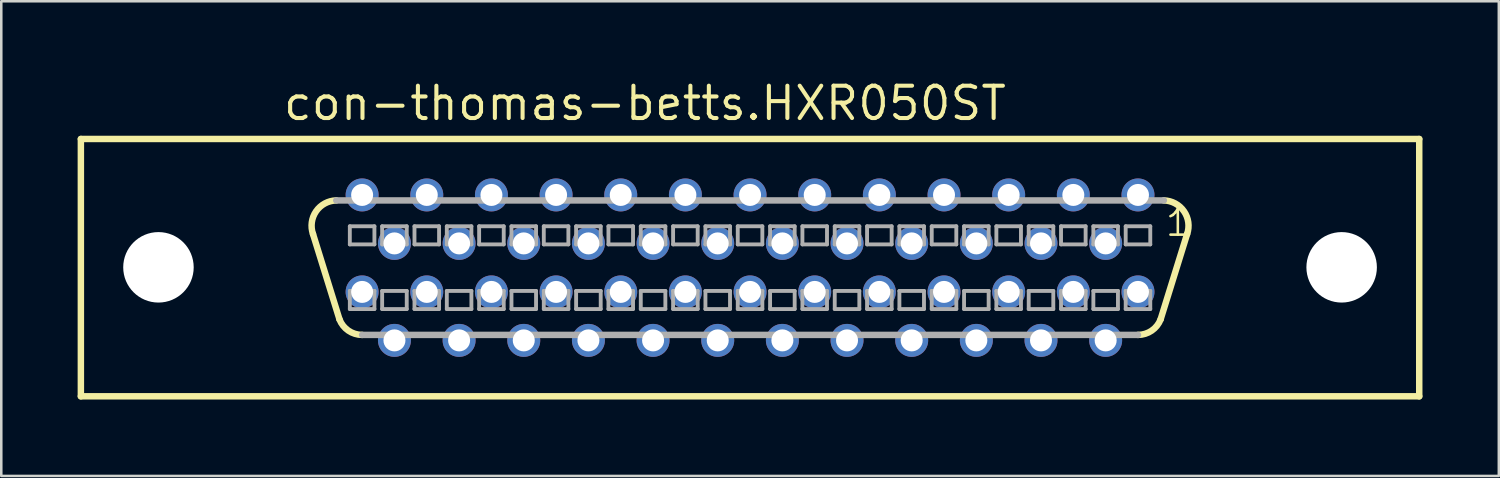
<source format=kicad_pcb>
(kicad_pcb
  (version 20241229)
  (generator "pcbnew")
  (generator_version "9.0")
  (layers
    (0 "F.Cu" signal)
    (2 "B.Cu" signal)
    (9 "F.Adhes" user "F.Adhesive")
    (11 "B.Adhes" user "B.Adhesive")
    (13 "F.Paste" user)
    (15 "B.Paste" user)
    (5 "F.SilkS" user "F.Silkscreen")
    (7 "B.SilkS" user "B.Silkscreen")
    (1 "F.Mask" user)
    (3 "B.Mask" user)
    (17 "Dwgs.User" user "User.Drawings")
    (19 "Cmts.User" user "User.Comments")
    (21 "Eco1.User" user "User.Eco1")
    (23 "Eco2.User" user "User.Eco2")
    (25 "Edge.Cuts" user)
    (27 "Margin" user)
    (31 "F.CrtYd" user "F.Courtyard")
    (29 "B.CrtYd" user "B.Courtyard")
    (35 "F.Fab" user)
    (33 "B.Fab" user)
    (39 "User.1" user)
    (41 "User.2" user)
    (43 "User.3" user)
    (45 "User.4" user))
  (footprint "con-thomas-betts.HXR050ST"
    (layer "F.Cu")
    (at 26.416 7.465)
    (property "Reference" "con-thomas-betts.HXR050ST" (at -18.415 -5.715 0) (layer "F.SilkS") (effects (font (size 1.27 1.27) (thickness 0.16)) (justify left bottom)))
    (attr through_hole)
    (fp_line (start -26.289 -5.055) (end 26.289 -5.055) (stroke (width 0.254) (type default)) (layer "F.SilkS"))
    (fp_line (start -26.289 5.055) (end -26.289 -5.055) (stroke (width 0.254) (type default)) (layer "F.SilkS"))
    (fp_line (start -16.129 2.032) (end -17.17 -1.321) (stroke (width 0.254) (type default)) (layer "F.SilkS"))
    (fp_line (start 16.129 2.032) (end 17.17 -1.321) (stroke (width 0.254) (type default)) (layer "F.SilkS"))
    (fp_line (start 26.289 -5.055) (end 26.289 5.055) (stroke (width 0.254) (type default)) (layer "F.SilkS"))
    (fp_line (start 26.289 5.055) (end -26.289 5.055) (stroke (width 0.254) (type default)) (layer "F.SilkS"))
    (fp_arc (start -17.1704 -1.3208) (mid -17.048543 -2.213361) (end -16.256 -2.6416) (stroke (width 0.254) (type default)) (layer "F.SilkS"))
    (fp_arc (start -15.24 2.6416) (mid -15.779029 2.474654) (end -16.129 2.032) (stroke (width 0.254) (type default)) (layer "F.SilkS"))
    (fp_arc (start 16.129 2.032) (mid 15.779029 2.474654) (end 15.24 2.6416) (stroke (width 0.254) (type default)) (layer "F.SilkS"))
    (fp_arc (start 16.256 -2.6416) (mid 17.048543 -2.213361) (end 17.1704 -1.3208) (stroke (width 0.254) (type default)) (layer "F.SilkS"))
    (fp_line (start -15.723 -1.626) (end -15.723 -0.914) (stroke (width 0.152) (type default)) (layer "F.Fab"))
    (fp_line (start -15.723 -0.914) (end -14.757 -0.914) (stroke (width 0.152) (type default)) (layer "F.Fab"))
    (fp_line (start -15.723 0.914) (end -15.723 1.626) (stroke (width 0.152) (type default)) (layer "F.Fab"))
    (fp_line (start -15.723 1.626) (end -14.757 1.626) (stroke (width 0.152) (type default)) (layer "F.Fab"))
    (fp_line (start -14.757 -1.626) (end -15.723 -1.626) (stroke (width 0.152) (type default)) (layer "F.Fab"))
    (fp_line (start -14.757 -0.914) (end -14.757 -1.626) (stroke (width 0.152) (type default)) (layer "F.Fab"))
    (fp_line (start -14.757 0.914) (end -15.723 0.914) (stroke (width 0.152) (type default)) (layer "F.Fab"))
    (fp_line (start -14.757 1.626) (end -14.757 0.914) (stroke (width 0.152) (type default)) (layer "F.Fab"))
    (fp_line (start -14.453 -1.626) (end -14.453 -0.914) (stroke (width 0.152) (type default)) (layer "F.Fab"))
    (fp_line (start -14.453 -0.914) (end -13.487 -0.914) (stroke (width 0.152) (type default)) (layer "F.Fab"))
    (fp_line (start -14.453 0.914) (end -14.453 1.626) (stroke (width 0.152) (type default)) (layer "F.Fab"))
    (fp_line (start -14.453 1.626) (end -13.487 1.626) (stroke (width 0.152) (type default)) (layer "F.Fab"))
    (fp_line (start -13.487 -1.626) (end -14.453 -1.626) (stroke (width 0.152) (type default)) (layer "F.Fab"))
    (fp_line (start -13.487 -0.914) (end -13.487 -1.626) (stroke (width 0.152) (type default)) (layer "F.Fab"))
    (fp_line (start -13.487 0.914) (end -14.453 0.914) (stroke (width 0.152) (type default)) (layer "F.Fab"))
    (fp_line (start -13.487 1.626) (end -13.487 0.914) (stroke (width 0.152) (type default)) (layer "F.Fab"))
    (fp_line (start -13.183 -1.626) (end -13.183 -0.914) (stroke (width 0.152) (type default)) (layer "F.Fab"))
    (fp_line (start -13.183 -0.914) (end -12.217 -0.914) (stroke (width 0.152) (type default)) (layer "F.Fab"))
    (fp_line (start -13.183 0.914) (end -13.183 1.626) (stroke (width 0.152) (type default)) (layer "F.Fab"))
    (fp_line (start -13.183 1.626) (end -12.217 1.626) (stroke (width 0.152) (type default)) (layer "F.Fab"))
    (fp_line (start -12.217 -1.626) (end -13.183 -1.626) (stroke (width 0.152) (type default)) (layer "F.Fab"))
    (fp_line (start -12.217 -0.914) (end -12.217 -1.626) (stroke (width 0.152) (type default)) (layer "F.Fab"))
    (fp_line (start -12.217 0.914) (end -13.183 0.914) (stroke (width 0.152) (type default)) (layer "F.Fab"))
    (fp_line (start -12.217 1.626) (end -12.217 0.914) (stroke (width 0.152) (type default)) (layer "F.Fab"))
    (fp_line (start -11.913 -1.626) (end -11.913 -0.914) (stroke (width 0.152) (type default)) (layer "F.Fab"))
    (fp_line (start -11.913 -0.914) (end -10.947 -0.914) (stroke (width 0.152) (type default)) (layer "F.Fab"))
    (fp_line (start -11.913 0.914) (end -11.913 1.626) (stroke (width 0.152) (type default)) (layer "F.Fab"))
    (fp_line (start -11.913 1.626) (end -10.947 1.626) (stroke (width 0.152) (type default)) (layer "F.Fab"))
    (fp_line (start -10.947 -1.626) (end -11.913 -1.626) (stroke (width 0.152) (type default)) (layer "F.Fab"))
    (fp_line (start -10.947 -0.914) (end -10.947 -1.626) (stroke (width 0.152) (type default)) (layer "F.Fab"))
    (fp_line (start -10.947 0.914) (end -11.913 0.914) (stroke (width 0.152) (type default)) (layer "F.Fab"))
    (fp_line (start -10.947 1.626) (end -10.947 0.914) (stroke (width 0.152) (type default)) (layer "F.Fab"))
    (fp_line (start -10.643 -1.626) (end -10.643 -0.914) (stroke (width 0.152) (type default)) (layer "F.Fab"))
    (fp_line (start -10.643 -0.914) (end -9.677 -0.914) (stroke (width 0.152) (type default)) (layer "F.Fab"))
    (fp_line (start -10.643 0.914) (end -10.643 1.626) (stroke (width 0.152) (type default)) (layer "F.Fab"))
    (fp_line (start -10.643 1.626) (end -9.677 1.626) (stroke (width 0.152) (type default)) (layer "F.Fab"))
    (fp_line (start -9.677 -1.626) (end -10.643 -1.626) (stroke (width 0.152) (type default)) (layer "F.Fab"))
    (fp_line (start -9.677 -0.914) (end -9.677 -1.626) (stroke (width 0.152) (type default)) (layer "F.Fab"))
    (fp_line (start -9.677 0.914) (end -10.643 0.914) (stroke (width 0.152) (type default)) (layer "F.Fab"))
    (fp_line (start -9.677 1.626) (end -9.677 0.914) (stroke (width 0.152) (type default)) (layer "F.Fab"))
    (fp_line (start -9.373 -1.626) (end -9.373 -0.914) (stroke (width 0.152) (type default)) (layer "F.Fab"))
    (fp_line (start -9.373 -0.914) (end -8.407 -0.914) (stroke (width 0.152) (type default)) (layer "F.Fab"))
    (fp_line (start -9.373 0.914) (end -9.373 1.626) (stroke (width 0.152) (type default)) (layer "F.Fab"))
    (fp_line (start -9.373 1.626) (end -8.407 1.626) (stroke (width 0.152) (type default)) (layer "F.Fab"))
    (fp_line (start -8.407 -1.626) (end -9.373 -1.626) (stroke (width 0.152) (type default)) (layer "F.Fab"))
    (fp_line (start -8.407 -0.914) (end -8.407 -1.626) (stroke (width 0.152) (type default)) (layer "F.Fab"))
    (fp_line (start -8.407 0.914) (end -9.373 0.914) (stroke (width 0.152) (type default)) (layer "F.Fab"))
    (fp_line (start -8.407 1.626) (end -8.407 0.914) (stroke (width 0.152) (type default)) (layer "F.Fab"))
    (fp_line (start -8.103 -1.626) (end -8.103 -0.914) (stroke (width 0.152) (type default)) (layer "F.Fab"))
    (fp_line (start -8.103 -0.914) (end -7.137 -0.914) (stroke (width 0.152) (type default)) (layer "F.Fab"))
    (fp_line (start -8.103 0.914) (end -8.103 1.626) (stroke (width 0.152) (type default)) (layer "F.Fab"))
    (fp_line (start -8.103 1.626) (end -7.137 1.626) (stroke (width 0.152) (type default)) (layer "F.Fab"))
    (fp_line (start -7.137 -1.626) (end -8.103 -1.626) (stroke (width 0.152) (type default)) (layer "F.Fab"))
    (fp_line (start -7.137 -0.914) (end -7.137 -1.626) (stroke (width 0.152) (type default)) (layer "F.Fab"))
    (fp_line (start -7.137 0.914) (end -8.103 0.914) (stroke (width 0.152) (type default)) (layer "F.Fab"))
    (fp_line (start -7.137 1.626) (end -7.137 0.914) (stroke (width 0.152) (type default)) (layer "F.Fab"))
    (fp_line (start -6.833 -1.626) (end -6.833 -0.914) (stroke (width 0.152) (type default)) (layer "F.Fab"))
    (fp_line (start -6.833 -0.914) (end -5.867 -0.914) (stroke (width 0.152) (type default)) (layer "F.Fab"))
    (fp_line (start -6.833 0.914) (end -6.833 1.626) (stroke (width 0.152) (type default)) (layer "F.Fab"))
    (fp_line (start -6.833 1.626) (end -5.867 1.626) (stroke (width 0.152) (type default)) (layer "F.Fab"))
    (fp_line (start -5.867 -1.626) (end -6.833 -1.626) (stroke (width 0.152) (type default)) (layer "F.Fab"))
    (fp_line (start -5.867 -0.914) (end -5.867 -1.626) (stroke (width 0.152) (type default)) (layer "F.Fab"))
    (fp_line (start -5.867 0.914) (end -6.833 0.914) (stroke (width 0.152) (type default)) (layer "F.Fab"))
    (fp_line (start -5.867 1.626) (end -5.867 0.914) (stroke (width 0.152) (type default)) (layer "F.Fab"))
    (fp_line (start -5.563 -1.626) (end -5.563 -0.914) (stroke (width 0.152) (type default)) (layer "F.Fab"))
    (fp_line (start -5.563 -0.914) (end -4.597 -0.914) (stroke (width 0.152) (type default)) (layer "F.Fab"))
    (fp_line (start -5.563 0.914) (end -5.563 1.626) (stroke (width 0.152) (type default)) (layer "F.Fab"))
    (fp_line (start -5.563 1.626) (end -4.597 1.626) (stroke (width 0.152) (type default)) (layer "F.Fab"))
    (fp_line (start -4.597 -1.626) (end -5.563 -1.626) (stroke (width 0.152) (type default)) (layer "F.Fab"))
    (fp_line (start -4.597 -0.914) (end -4.597 -1.626) (stroke (width 0.152) (type default)) (layer "F.Fab"))
    (fp_line (start -4.597 0.914) (end -5.563 0.914) (stroke (width 0.152) (type default)) (layer "F.Fab"))
    (fp_line (start -4.597 1.626) (end -4.597 0.914) (stroke (width 0.152) (type default)) (layer "F.Fab"))
    (fp_line (start -4.293 -1.626) (end -4.293 -0.914) (stroke (width 0.152) (type default)) (layer "F.Fab"))
    (fp_line (start -4.293 -0.914) (end -3.327 -0.914) (stroke (width 0.152) (type default)) (layer "F.Fab"))
    (fp_line (start -4.293 0.914) (end -4.293 1.626) (stroke (width 0.152) (type default)) (layer "F.Fab"))
    (fp_line (start -4.293 1.626) (end -3.327 1.626) (stroke (width 0.152) (type default)) (layer "F.Fab"))
    (fp_line (start -3.327 -1.626) (end -4.293 -1.626) (stroke (width 0.152) (type default)) (layer "F.Fab"))
    (fp_line (start -3.327 -0.914) (end -3.327 -1.626) (stroke (width 0.152) (type default)) (layer "F.Fab"))
    (fp_line (start -3.327 0.914) (end -4.293 0.914) (stroke (width 0.152) (type default)) (layer "F.Fab"))
    (fp_line (start -3.327 1.626) (end -3.327 0.914) (stroke (width 0.152) (type default)) (layer "F.Fab"))
    (fp_line (start -3.023 -1.626) (end -3.023 -0.914) (stroke (width 0.152) (type default)) (layer "F.Fab"))
    (fp_line (start -3.023 -0.914) (end -2.057 -0.914) (stroke (width 0.152) (type default)) (layer "F.Fab"))
    (fp_line (start -3.023 0.914) (end -3.023 1.626) (stroke (width 0.152) (type default)) (layer "F.Fab"))
    (fp_line (start -3.023 1.626) (end -2.057 1.626) (stroke (width 0.152) (type default)) (layer "F.Fab"))
    (fp_line (start -2.057 -1.626) (end -3.023 -1.626) (stroke (width 0.152) (type default)) (layer "F.Fab"))
    (fp_line (start -2.057 -0.914) (end -2.057 -1.626) (stroke (width 0.152) (type default)) (layer "F.Fab"))
    (fp_line (start -2.057 0.914) (end -3.023 0.914) (stroke (width 0.152) (type default)) (layer "F.Fab"))
    (fp_line (start -2.057 1.626) (end -2.057 0.914) (stroke (width 0.152) (type default)) (layer "F.Fab"))
    (fp_line (start -1.753 -1.626) (end -1.753 -0.914) (stroke (width 0.152) (type default)) (layer "F.Fab"))
    (fp_line (start -1.753 -0.914) (end -0.787 -0.914) (stroke (width 0.152) (type default)) (layer "F.Fab"))
    (fp_line (start -1.753 0.914) (end -1.753 1.626) (stroke (width 0.152) (type default)) (layer "F.Fab"))
    (fp_line (start -1.753 1.626) (end -0.787 1.626) (stroke (width 0.152) (type default)) (layer "F.Fab"))
    (fp_line (start -0.787 -1.626) (end -1.753 -1.626) (stroke (width 0.152) (type default)) (layer "F.Fab"))
    (fp_line (start -0.787 -0.914) (end -0.787 -1.626) (stroke (width 0.152) (type default)) (layer "F.Fab"))
    (fp_line (start -0.787 0.914) (end -1.753 0.914) (stroke (width 0.152) (type default)) (layer "F.Fab"))
    (fp_line (start -0.787 1.626) (end -0.787 0.914) (stroke (width 0.152) (type default)) (layer "F.Fab"))
    (fp_line (start -0.483 -1.626) (end -0.483 -0.914) (stroke (width 0.152) (type default)) (layer "F.Fab"))
    (fp_line (start -0.483 -0.914) (end 0.483 -0.914) (stroke (width 0.152) (type default)) (layer "F.Fab"))
    (fp_line (start -0.483 0.914) (end -0.483 1.626) (stroke (width 0.152) (type default)) (layer "F.Fab"))
    (fp_line (start -0.483 1.626) (end 0.483 1.626) (stroke (width 0.152) (type default)) (layer "F.Fab"))
    (fp_line (start 0.483 -1.626) (end -0.483 -1.626) (stroke (width 0.152) (type default)) (layer "F.Fab"))
    (fp_line (start 0.483 -0.914) (end 0.483 -1.626) (stroke (width 0.152) (type default)) (layer "F.Fab"))
    (fp_line (start 0.483 0.914) (end -0.483 0.914) (stroke (width 0.152) (type default)) (layer "F.Fab"))
    (fp_line (start 0.483 1.626) (end 0.483 0.914) (stroke (width 0.152) (type default)) (layer "F.Fab"))
    (fp_line (start 0.787 -1.626) (end 0.787 -0.914) (stroke (width 0.152) (type default)) (layer "F.Fab"))
    (fp_line (start 0.787 -0.914) (end 1.753 -0.914) (stroke (width 0.152) (type default)) (layer "F.Fab"))
    (fp_line (start 0.787 0.914) (end 0.787 1.626) (stroke (width 0.152) (type default)) (layer "F.Fab"))
    (fp_line (start 0.787 1.626) (end 1.753 1.626) (stroke (width 0.152) (type default)) (layer "F.Fab"))
    (fp_line (start 1.753 -1.626) (end 0.787 -1.626) (stroke (width 0.152) (type default)) (layer "F.Fab"))
    (fp_line (start 1.753 -0.914) (end 1.753 -1.626) (stroke (width 0.152) (type default)) (layer "F.Fab"))
    (fp_line (start 1.753 0.914) (end 0.787 0.914) (stroke (width 0.152) (type default)) (layer "F.Fab"))
    (fp_line (start 1.753 1.626) (end 1.753 0.914) (stroke (width 0.152) (type default)) (layer "F.Fab"))
    (fp_line (start 2.057 -1.626) (end 2.057 -0.914) (stroke (width 0.152) (type default)) (layer "F.Fab"))
    (fp_line (start 2.057 -0.914) (end 3.023 -0.914) (stroke (width 0.152) (type default)) (layer "F.Fab"))
    (fp_line (start 2.057 0.914) (end 2.057 1.626) (stroke (width 0.152) (type default)) (layer "F.Fab"))
    (fp_line (start 2.057 1.626) (end 3.023 1.626) (stroke (width 0.152) (type default)) (layer "F.Fab"))
    (fp_line (start 3.023 -1.626) (end 2.057 -1.626) (stroke (width 0.152) (type default)) (layer "F.Fab"))
    (fp_line (start 3.023 -0.914) (end 3.023 -1.626) (stroke (width 0.152) (type default)) (layer "F.Fab"))
    (fp_line (start 3.023 0.914) (end 2.057 0.914) (stroke (width 0.152) (type default)) (layer "F.Fab"))
    (fp_line (start 3.023 1.626) (end 3.023 0.914) (stroke (width 0.152) (type default)) (layer "F.Fab"))
    (fp_line (start 3.327 -1.626) (end 3.327 -0.914) (stroke (width 0.152) (type default)) (layer "F.Fab"))
    (fp_line (start 3.327 -0.914) (end 4.293 -0.914) (stroke (width 0.152) (type default)) (layer "F.Fab"))
    (fp_line (start 3.327 0.914) (end 3.327 1.626) (stroke (width 0.152) (type default)) (layer "F.Fab"))
    (fp_line (start 3.327 1.626) (end 4.293 1.626) (stroke (width 0.152) (type default)) (layer "F.Fab"))
    (fp_line (start 4.293 -1.626) (end 3.327 -1.626) (stroke (width 0.152) (type default)) (layer "F.Fab"))
    (fp_line (start 4.293 -0.914) (end 4.293 -1.626) (stroke (width 0.152) (type default)) (layer "F.Fab"))
    (fp_line (start 4.293 0.914) (end 3.327 0.914) (stroke (width 0.152) (type default)) (layer "F.Fab"))
    (fp_line (start 4.293 1.626) (end 4.293 0.914) (stroke (width 0.152) (type default)) (layer "F.Fab"))
    (fp_line (start 4.597 -1.626) (end 4.597 -0.914) (stroke (width 0.152) (type default)) (layer "F.Fab"))
    (fp_line (start 4.597 -0.914) (end 5.563 -0.914) (stroke (width 0.152) (type default)) (layer "F.Fab"))
    (fp_line (start 4.597 0.914) (end 4.597 1.626) (stroke (width 0.152) (type default)) (layer "F.Fab"))
    (fp_line (start 4.597 1.626) (end 5.563 1.626) (stroke (width 0.152) (type default)) (layer "F.Fab"))
    (fp_line (start 5.563 -1.626) (end 4.597 -1.626) (stroke (width 0.152) (type default)) (layer "F.Fab"))
    (fp_line (start 5.563 -0.914) (end 5.563 -1.626) (stroke (width 0.152) (type default)) (layer "F.Fab"))
    (fp_line (start 5.563 0.914) (end 4.597 0.914) (stroke (width 0.152) (type default)) (layer "F.Fab"))
    (fp_line (start 5.563 1.626) (end 5.563 0.914) (stroke (width 0.152) (type default)) (layer "F.Fab"))
    (fp_line (start 5.867 -1.626) (end 5.867 -0.914) (stroke (width 0.152) (type default)) (layer "F.Fab"))
    (fp_line (start 5.867 -0.914) (end 6.833 -0.914) (stroke (width 0.152) (type default)) (layer "F.Fab"))
    (fp_line (start 5.867 0.914) (end 5.867 1.626) (stroke (width 0.152) (type default)) (layer "F.Fab"))
    (fp_line (start 5.867 1.626) (end 6.833 1.626) (stroke (width 0.152) (type default)) (layer "F.Fab"))
    (fp_line (start 6.833 -1.626) (end 5.867 -1.626) (stroke (width 0.152) (type default)) (layer "F.Fab"))
    (fp_line (start 6.833 -0.914) (end 6.833 -1.626) (stroke (width 0.152) (type default)) (layer "F.Fab"))
    (fp_line (start 6.833 0.914) (end 5.867 0.914) (stroke (width 0.152) (type default)) (layer "F.Fab"))
    (fp_line (start 6.833 1.626) (end 6.833 0.914) (stroke (width 0.152) (type default)) (layer "F.Fab"))
    (fp_line (start 7.137 -1.626) (end 7.137 -0.914) (stroke (width 0.152) (type default)) (layer "F.Fab"))
    (fp_line (start 7.137 -0.914) (end 8.103 -0.914) (stroke (width 0.152) (type default)) (layer "F.Fab"))
    (fp_line (start 7.137 0.914) (end 7.137 1.626) (stroke (width 0.152) (type default)) (layer "F.Fab"))
    (fp_line (start 7.137 1.626) (end 8.103 1.626) (stroke (width 0.152) (type default)) (layer "F.Fab"))
    (fp_line (start 8.103 -1.626) (end 7.137 -1.626) (stroke (width 0.152) (type default)) (layer "F.Fab"))
    (fp_line (start 8.103 -0.914) (end 8.103 -1.626) (stroke (width 0.152) (type default)) (layer "F.Fab"))
    (fp_line (start 8.103 0.914) (end 7.137 0.914) (stroke (width 0.152) (type default)) (layer "F.Fab"))
    (fp_line (start 8.103 1.626) (end 8.103 0.914) (stroke (width 0.152) (type default)) (layer "F.Fab"))
    (fp_line (start 8.407 -1.626) (end 8.407 -0.914) (stroke (width 0.152) (type default)) (layer "F.Fab"))
    (fp_line (start 8.407 -0.914) (end 9.373 -0.914) (stroke (width 0.152) (type default)) (layer "F.Fab"))
    (fp_line (start 8.407 0.914) (end 8.407 1.626) (stroke (width 0.152) (type default)) (layer "F.Fab"))
    (fp_line (start 8.407 1.626) (end 9.373 1.626) (stroke (width 0.152) (type default)) (layer "F.Fab"))
    (fp_line (start 9.373 -1.626) (end 8.407 -1.626) (stroke (width 0.152) (type default)) (layer "F.Fab"))
    (fp_line (start 9.373 -0.914) (end 9.373 -1.626) (stroke (width 0.152) (type default)) (layer "F.Fab"))
    (fp_line (start 9.373 0.914) (end 8.407 0.914) (stroke (width 0.152) (type default)) (layer "F.Fab"))
    (fp_line (start 9.373 1.626) (end 9.373 0.914) (stroke (width 0.152) (type default)) (layer "F.Fab"))
    (fp_line (start 9.677 -1.626) (end 9.677 -0.914) (stroke (width 0.152) (type default)) (layer "F.Fab"))
    (fp_line (start 9.677 -0.914) (end 10.643 -0.914) (stroke (width 0.152) (type default)) (layer "F.Fab"))
    (fp_line (start 9.677 0.914) (end 9.677 1.626) (stroke (width 0.152) (type default)) (layer "F.Fab"))
    (fp_line (start 9.677 1.626) (end 10.643 1.626) (stroke (width 0.152) (type default)) (layer "F.Fab"))
    (fp_line (start 10.643 -1.626) (end 9.677 -1.626) (stroke (width 0.152) (type default)) (layer "F.Fab"))
    (fp_line (start 10.643 -0.914) (end 10.643 -1.626) (stroke (width 0.152) (type default)) (layer "F.Fab"))
    (fp_line (start 10.643 0.914) (end 9.677 0.914) (stroke (width 0.152) (type default)) (layer "F.Fab"))
    (fp_line (start 10.643 1.626) (end 10.643 0.914) (stroke (width 0.152) (type default)) (layer "F.Fab"))
    (fp_line (start 10.947 -1.626) (end 10.947 -0.914) (stroke (width 0.152) (type default)) (layer "F.Fab"))
    (fp_line (start 10.947 -0.914) (end 11.913 -0.914) (stroke (width 0.152) (type default)) (layer "F.Fab"))
    (fp_line (start 10.947 0.914) (end 10.947 1.626) (stroke (width 0.152) (type default)) (layer "F.Fab"))
    (fp_line (start 10.947 1.626) (end 11.913 1.626) (stroke (width 0.152) (type default)) (layer "F.Fab"))
    (fp_line (start 11.913 -1.626) (end 10.947 -1.626) (stroke (width 0.152) (type default)) (layer "F.Fab"))
    (fp_line (start 11.913 -0.914) (end 11.913 -1.626) (stroke (width 0.152) (type default)) (layer "F.Fab"))
    (fp_line (start 11.913 0.914) (end 10.947 0.914) (stroke (width 0.152) (type default)) (layer "F.Fab"))
    (fp_line (start 11.913 1.626) (end 11.913 0.914) (stroke (width 0.152) (type default)) (layer "F.Fab"))
    (fp_line (start 12.217 -1.626) (end 12.217 -0.914) (stroke (width 0.152) (type default)) (layer "F.Fab"))
    (fp_line (start 12.217 -0.914) (end 13.183 -0.914) (stroke (width 0.152) (type default)) (layer "F.Fab"))
    (fp_line (start 12.217 0.914) (end 12.217 1.626) (stroke (width 0.152) (type default)) (layer "F.Fab"))
    (fp_line (start 12.217 1.626) (end 13.183 1.626) (stroke (width 0.152) (type default)) (layer "F.Fab"))
    (fp_line (start 13.183 -1.626) (end 12.217 -1.626) (stroke (width 0.152) (type default)) (layer "F.Fab"))
    (fp_line (start 13.183 -0.914) (end 13.183 -1.626) (stroke (width 0.152) (type default)) (layer "F.Fab"))
    (fp_line (start 13.183 0.914) (end 12.217 0.914) (stroke (width 0.152) (type default)) (layer "F.Fab"))
    (fp_line (start 13.183 1.626) (end 13.183 0.914) (stroke (width 0.152) (type default)) (layer "F.Fab"))
    (fp_line (start 13.487 -1.626) (end 13.487 -0.914) (stroke (width 0.152) (type default)) (layer "F.Fab"))
    (fp_line (start 13.487 -0.914) (end 14.453 -0.914) (stroke (width 0.152) (type default)) (layer "F.Fab"))
    (fp_line (start 13.487 0.914) (end 13.487 1.626) (stroke (width 0.152) (type default)) (layer "F.Fab"))
    (fp_line (start 13.487 1.626) (end 14.453 1.626) (stroke (width 0.152) (type default)) (layer "F.Fab"))
    (fp_line (start 14.453 -1.626) (end 13.487 -1.626) (stroke (width 0.152) (type default)) (layer "F.Fab"))
    (fp_line (start 14.453 -0.914) (end 14.453 -1.626) (stroke (width 0.152) (type default)) (layer "F.Fab"))
    (fp_line (start 14.453 0.914) (end 13.487 0.914) (stroke (width 0.152) (type default)) (layer "F.Fab"))
    (fp_line (start 14.453 1.626) (end 14.453 0.914) (stroke (width 0.152) (type default)) (layer "F.Fab"))
    (fp_line (start 14.757 -1.626) (end 14.757 -0.914) (stroke (width 0.152) (type default)) (layer "F.Fab"))
    (fp_line (start 14.757 -0.914) (end 15.723 -0.914) (stroke (width 0.152) (type default)) (layer "F.Fab"))
    (fp_line (start 14.757 0.914) (end 14.757 1.626) (stroke (width 0.152) (type default)) (layer "F.Fab"))
    (fp_line (start 14.757 1.626) (end 15.723 1.626) (stroke (width 0.152) (type default)) (layer "F.Fab"))
    (fp_line (start 15.24 2.642) (end -15.24 2.642) (stroke (width 0.254) (type default)) (layer "F.Fab"))
    (fp_line (start 15.723 -1.626) (end 14.757 -1.626) (stroke (width 0.152) (type default)) (layer "F.Fab"))
    (fp_line (start 15.723 -0.914) (end 15.723 -1.626) (stroke (width 0.152) (type default)) (layer "F.Fab"))
    (fp_line (start 15.723 0.914) (end 14.757 0.914) (stroke (width 0.152) (type default)) (layer "F.Fab"))
    (fp_line (start 15.723 1.626) (end 15.723 0.914) (stroke (width 0.152) (type default)) (layer "F.Fab"))
    (fp_line (start 16.256 -2.642) (end -16.256 -2.642) (stroke (width 0.254) (type default)) (layer "F.Fab"))
    (fp_text user "1" (at 16.256 -1.168 0) (layer "F.SilkS") (effects (font (size 1.016 1.016) (thickness 0.1)) (justify left bottom)))
    (pad "" np_thru_hole circle (at -23.241 -0.013) (size 2.769 2.769) (drill 2.769) (layers "*.Cu" "*.Mask"))
    (pad "" np_thru_hole circle (at 23.241 -0.013) (size 2.769 2.769) (drill 2.769) (layers "*.Cu" "*.Mask"))
    (pad "1" thru_hole circle (at 15.24 -2.857) (size 1.295 1.295) (drill 0.864) (layers "*.Cu" "*.Mask"))
    (pad "2" thru_hole circle (at 13.97 -0.953) (size 1.295 1.295) (drill 0.864) (layers "*.Cu" "*.Mask"))
    (pad "3" thru_hole circle (at 12.7 -2.857) (size 1.295 1.295) (drill 0.864) (layers "*.Cu" "*.Mask"))
    (pad "4" thru_hole circle (at 11.43 -0.953) (size 1.295 1.295) (drill 0.864) (layers "*.Cu" "*.Mask"))
    (pad "5" thru_hole circle (at 10.16 -2.857) (size 1.295 1.295) (drill 0.864) (layers "*.Cu" "*.Mask"))
    (pad "6" thru_hole circle (at 8.89 -0.953) (size 1.295 1.295) (drill 0.864) (layers "*.Cu" "*.Mask"))
    (pad "7" thru_hole circle (at 7.62 -2.857) (size 1.295 1.295) (drill 0.864) (layers "*.Cu" "*.Mask"))
    (pad "8" thru_hole circle (at 6.35 -0.953) (size 1.295 1.295) (drill 0.864) (layers "*.Cu" "*.Mask"))
    (pad "9" thru_hole circle (at 5.08 -2.857) (size 1.295 1.295) (drill 0.864) (layers "*.Cu" "*.Mask"))
    (pad "10" thru_hole circle (at 3.81 -0.953) (size 1.295 1.295) (drill 0.864) (layers "*.Cu" "*.Mask"))
    (pad "11" thru_hole circle (at 2.54 -2.857) (size 1.295 1.295) (drill 0.864) (layers "*.Cu" "*.Mask"))
    (pad "12" thru_hole circle (at 1.27 -0.953) (size 1.295 1.295) (drill 0.864) (layers "*.Cu" "*.Mask"))
    (pad "13" thru_hole circle (at 0 -2.857) (size 1.295 1.295) (drill 0.864) (layers "*.Cu" "*.Mask"))
    (pad "14" thru_hole circle (at -1.27 -0.953) (size 1.295 1.295) (drill 0.864) (layers "*.Cu" "*.Mask"))
    (pad "15" thru_hole circle (at -2.54 -2.857) (size 1.295 1.295) (drill 0.864) (layers "*.Cu" "*.Mask"))
    (pad "16" thru_hole circle (at -3.81 -0.953) (size 1.295 1.295) (drill 0.864) (layers "*.Cu" "*.Mask"))
    (pad "17" thru_hole circle (at -5.08 -2.857) (size 1.295 1.295) (drill 0.864) (layers "*.Cu" "*.Mask"))
    (pad "18" thru_hole circle (at -6.35 -0.953) (size 1.295 1.295) (drill 0.864) (layers "*.Cu" "*.Mask"))
    (pad "19" thru_hole circle (at -7.62 -2.857) (size 1.295 1.295) (drill 0.864) (layers "*.Cu" "*.Mask"))
    (pad "20" thru_hole circle (at -8.89 -0.953) (size 1.295 1.295) (drill 0.864) (layers "*.Cu" "*.Mask"))
    (pad "21" thru_hole circle (at -10.16 -2.857) (size 1.295 1.295) (drill 0.864) (layers "*.Cu" "*.Mask"))
    (pad "22" thru_hole circle (at -11.43 -0.953) (size 1.295 1.295) (drill 0.864) (layers "*.Cu" "*.Mask"))
    (pad "23" thru_hole circle (at -12.7 -2.857) (size 1.295 1.295) (drill 0.864) (layers "*.Cu" "*.Mask"))
    (pad "24" thru_hole circle (at -13.97 -0.953) (size 1.295 1.295) (drill 0.864) (layers "*.Cu" "*.Mask"))
    (pad "25" thru_hole circle (at -15.24 -2.857) (size 1.295 1.295) (drill 0.864) (layers "*.Cu" "*.Mask"))
    (pad "26" thru_hole circle (at 15.24 0.953) (size 1.295 1.295) (drill 0.864) (layers "*.Cu" "*.Mask"))
    (pad "27" thru_hole circle (at 13.97 2.857) (size 1.295 1.295) (drill 0.864) (layers "*.Cu" "*.Mask"))
    (pad "28" thru_hole circle (at 12.7 0.953) (size 1.295 1.295) (drill 0.864) (layers "*.Cu" "*.Mask"))
    (pad "29" thru_hole circle (at 11.43 2.857) (size 1.295 1.295) (drill 0.864) (layers "*.Cu" "*.Mask"))
    (pad "30" thru_hole circle (at 10.16 0.953) (size 1.295 1.295) (drill 0.864) (layers "*.Cu" "*.Mask"))
    (pad "31" thru_hole circle (at 8.89 2.857) (size 1.295 1.295) (drill 0.864) (layers "*.Cu" "*.Mask"))
    (pad "32" thru_hole circle (at 7.62 0.953) (size 1.295 1.295) (drill 0.864) (layers "*.Cu" "*.Mask"))
    (pad "33" thru_hole circle (at 6.35 2.857) (size 1.295 1.295) (drill 0.864) (layers "*.Cu" "*.Mask"))
    (pad "34" thru_hole circle (at 5.08 0.953) (size 1.295 1.295) (drill 0.864) (layers "*.Cu" "*.Mask"))
    (pad "35" thru_hole circle (at 3.81 2.857) (size 1.295 1.295) (drill 0.864) (layers "*.Cu" "*.Mask"))
    (pad "36" thru_hole circle (at 2.54 0.953) (size 1.295 1.295) (drill 0.864) (layers "*.Cu" "*.Mask"))
    (pad "37" thru_hole circle (at 1.27 2.857) (size 1.295 1.295) (drill 0.864) (layers "*.Cu" "*.Mask"))
    (pad "38" thru_hole circle (at 0 0.953) (size 1.295 1.295) (drill 0.864) (layers "*.Cu" "*.Mask"))
    (pad "39" thru_hole circle (at -1.27 2.857) (size 1.295 1.295) (drill 0.864) (layers "*.Cu" "*.Mask"))
    (pad "40" thru_hole circle (at -2.54 0.953) (size 1.295 1.295) (drill 0.864) (layers "*.Cu" "*.Mask"))
    (pad "41" thru_hole circle (at -3.81 2.857) (size 1.295 1.295) (drill 0.864) (layers "*.Cu" "*.Mask"))
    (pad "42" thru_hole circle (at -5.08 0.953) (size 1.295 1.295) (drill 0.864) (layers "*.Cu" "*.Mask"))
    (pad "43" thru_hole circle (at -6.35 2.857) (size 1.295 1.295) (drill 0.864) (layers "*.Cu" "*.Mask"))
    (pad "44" thru_hole circle (at -7.62 0.953) (size 1.295 1.295) (drill 0.864) (layers "*.Cu" "*.Mask"))
    (pad "45" thru_hole circle (at -8.89 2.857) (size 1.295 1.295) (drill 0.864) (layers "*.Cu" "*.Mask"))
    (pad "46" thru_hole circle (at -10.16 0.953) (size 1.295 1.295) (drill 0.864) (layers "*.Cu" "*.Mask"))
    (pad "47" thru_hole circle (at -11.43 2.857) (size 1.295 1.295) (drill 0.864) (layers "*.Cu" "*.Mask"))
    (pad "48" thru_hole circle (at -12.7 0.953) (size 1.295 1.295) (drill 0.864) (layers "*.Cu" "*.Mask"))
    (pad "49" thru_hole circle (at -13.97 2.857) (size 1.295 1.295) (drill 0.864) (layers "*.Cu" "*.Mask"))
    (pad "50" thru_hole circle (at -15.24 0.953) (size 1.295 1.295) (drill 0.864) (layers "*.Cu" "*.Mask")))
  (gr_rect
    (start -3 -3)
    (end 55.832 15.647)
    (stroke (width 0.1) (type default))
    (fill no)
    (layer "Edge.Cuts")))
</source>
